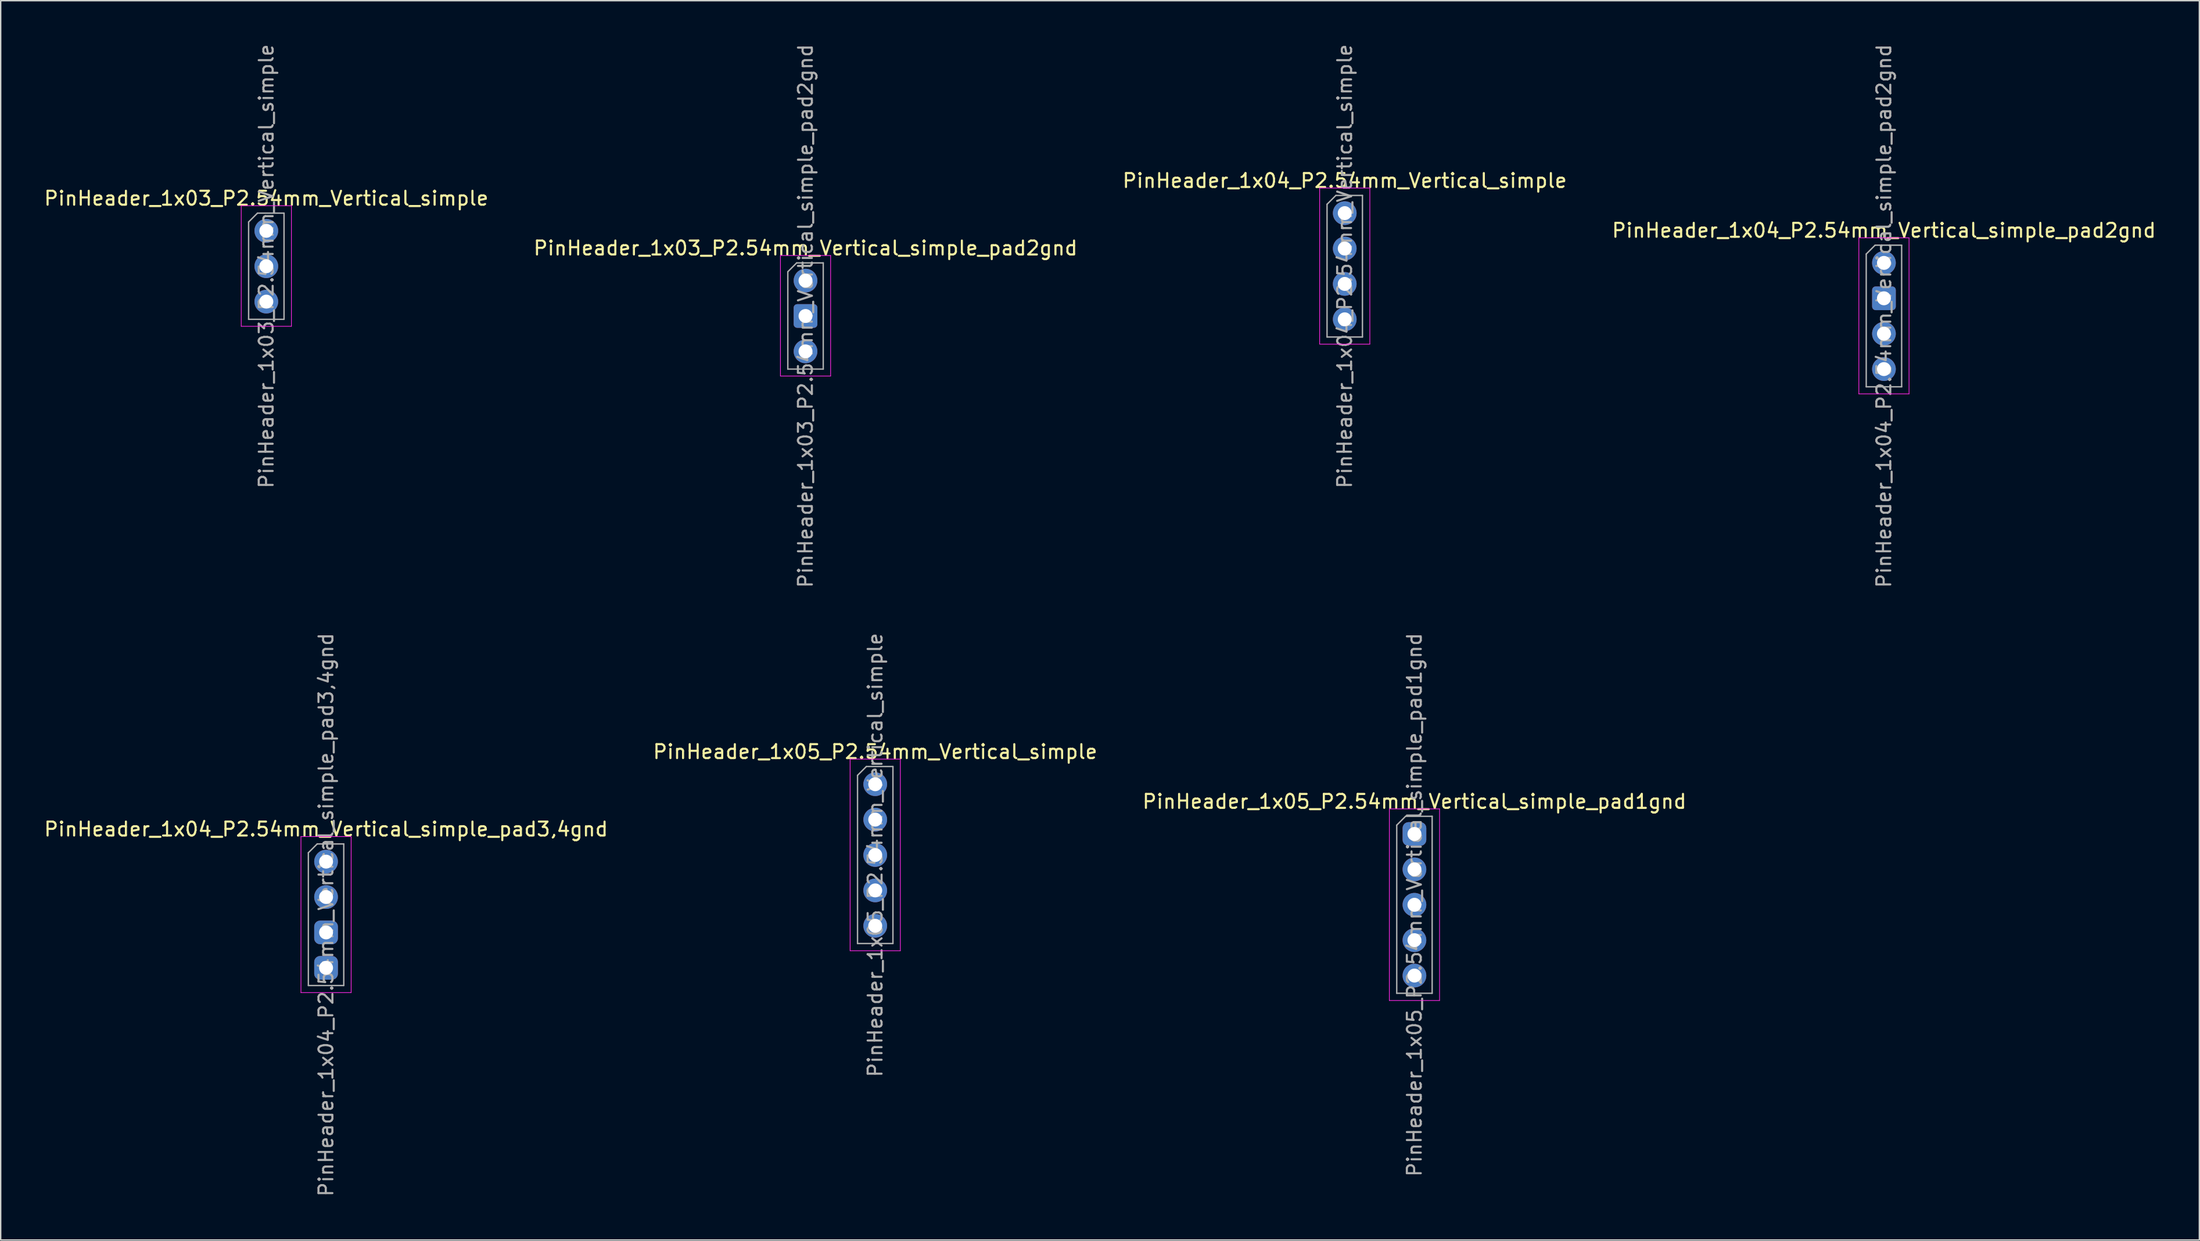
<source format=kicad_pcb>
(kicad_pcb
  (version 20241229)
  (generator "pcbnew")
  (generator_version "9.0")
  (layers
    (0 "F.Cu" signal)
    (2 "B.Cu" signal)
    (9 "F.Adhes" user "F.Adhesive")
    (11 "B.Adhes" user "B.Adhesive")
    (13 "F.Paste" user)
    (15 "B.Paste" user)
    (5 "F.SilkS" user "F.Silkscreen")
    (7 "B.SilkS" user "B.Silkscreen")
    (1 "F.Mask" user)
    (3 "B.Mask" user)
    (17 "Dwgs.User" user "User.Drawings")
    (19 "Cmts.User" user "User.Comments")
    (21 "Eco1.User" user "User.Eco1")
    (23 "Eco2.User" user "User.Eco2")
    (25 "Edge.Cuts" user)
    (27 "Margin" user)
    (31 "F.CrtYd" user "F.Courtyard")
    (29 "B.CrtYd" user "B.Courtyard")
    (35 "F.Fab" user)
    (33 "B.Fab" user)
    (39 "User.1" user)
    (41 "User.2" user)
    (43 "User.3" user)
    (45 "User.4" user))
  (footprint "PinHeader_1x04_P2.54mm_Vertical_simple_pad3,4gnd"
    (layer "F.Cu")
    (at 20.339 58.779)
    (property "Reference" "PinHeader_1x04_P2.54mm_Vertical_simple_pad3,4gnd" (at 0 -2.33 0) (layer "F.SilkS") (effects (font (size 1 1) (thickness 0.15))))
    (attr through_hole)
    (fp_line (start -1.8 -1.8) (end -1.8 9.4) (stroke (width 0.05) (type solid)) (layer "F.CrtYd"))
    (fp_line (start -1.8 9.4) (end 1.8 9.4) (stroke (width 0.05) (type solid)) (layer "F.CrtYd"))
    (fp_line (start 1.8 -1.8) (end -1.8 -1.8) (stroke (width 0.05) (type solid)) (layer "F.CrtYd"))
    (fp_line (start 1.8 9.4) (end 1.8 -1.8) (stroke (width 0.05) (type solid)) (layer "F.CrtYd"))
    (fp_line (start -1.27 -0.635) (end -0.635 -1.27) (stroke (width 0.1) (type solid)) (layer "F.Fab"))
    (fp_line (start -1.27 8.89) (end -1.27 -0.635) (stroke (width 0.1) (type solid)) (layer "F.Fab"))
    (fp_line (start -0.635 -1.27) (end 1.27 -1.27) (stroke (width 0.1) (type solid)) (layer "F.Fab"))
    (fp_line (start 1.27 -1.27) (end 1.27 8.89) (stroke (width 0.1) (type solid)) (layer "F.Fab"))
    (fp_line (start 1.27 8.89) (end -1.27 8.89) (stroke (width 0.1) (type solid)) (layer "F.Fab"))
    (fp_text user "${REFERENCE}" (at 0 3.81 90) (layer "F.Fab") (effects (font (size 1 1) (thickness 0.15))))
    (pad "1" thru_hole oval (at 0 0) (size 1.7 1.7) (drill 1) (layers "*.Cu" "*.Mask"))
    (pad "2" thru_hole oval (at 0 2.54) (size 1.7 1.7) (drill 1) (layers "*.Cu" "*.Mask"))
    (pad "3" thru_hole roundrect (at 0 5.08) (size 1.7 1.7) (drill 1) (layers "*.Cu" "*.Mask") (roundrect_rratio 0.25))
    (pad "4" thru_hole roundrect (at 0 7.62) (size 1.7 1.7) (drill 1) (layers "*.Cu" "*.Mask") (roundrect_rratio 0.25)))
  (footprint "PinHeader_1x03_P2.54mm_Vertical_simple"
    (layer "F.Cu")
    (at 16.054 13.514)
    (property "Reference" "PinHeader_1x03_P2.54mm_Vertical_simple" (at 0 -2.33 0) (layer "F.SilkS") (effects (font (size 1 1) (thickness 0.15))))
    (attr through_hole)
    (fp_line (start -1.8 -1.8) (end -1.8 6.85) (stroke (width 0.05) (type solid)) (layer "F.CrtYd"))
    (fp_line (start -1.8 6.85) (end 1.8 6.85) (stroke (width 0.05) (type solid)) (layer "F.CrtYd"))
    (fp_line (start 1.8 -1.8) (end -1.8 -1.8) (stroke (width 0.05) (type solid)) (layer "F.CrtYd"))
    (fp_line (start 1.8 6.85) (end 1.8 -1.8) (stroke (width 0.05) (type solid)) (layer "F.CrtYd"))
    (fp_line (start -1.27 -0.635) (end -0.635 -1.27) (stroke (width 0.1) (type solid)) (layer "F.Fab"))
    (fp_line (start -1.27 6.35) (end -1.27 -0.635) (stroke (width 0.1) (type solid)) (layer "F.Fab"))
    (fp_line (start -0.635 -1.27) (end 1.27 -1.27) (stroke (width 0.1) (type solid)) (layer "F.Fab"))
    (fp_line (start 1.27 -1.27) (end 1.27 6.35) (stroke (width 0.1) (type solid)) (layer "F.Fab"))
    (fp_line (start 1.27 6.35) (end -1.27 6.35) (stroke (width 0.1) (type solid)) (layer "F.Fab"))
    (fp_text user "${REFERENCE}" (at 0 2.54 90) (layer "F.Fab") (effects (font (size 1 1) (thickness 0.15))))
    (pad "1" thru_hole circle (at 0 0) (size 1.7 1.7) (drill 1) (layers "*.Cu" "*.Mask"))
    (pad "2" thru_hole oval (at 0 2.54) (size 1.7 1.7) (drill 1) (layers "*.Cu" "*.Mask"))
    (pad "3" thru_hole oval (at 0 5.08) (size 1.7 1.7) (drill 1) (layers "*.Cu" "*.Mask")))
  (footprint "PinHeader_1x04_P2.54mm_Vertical_simple"
    (layer "F.Cu")
    (at 93.411 12.244)
    (property "Reference" "PinHeader_1x04_P2.54mm_Vertical_simple" (at 0 -2.33 0) (layer "F.SilkS") (effects (font (size 1 1) (thickness 0.15))))
    (attr through_hole)
    (fp_line (start -1.8 -1.8) (end -1.8 9.4) (stroke (width 0.05) (type solid)) (layer "F.CrtYd"))
    (fp_line (start -1.8 9.4) (end 1.8 9.4) (stroke (width 0.05) (type solid)) (layer "F.CrtYd"))
    (fp_line (start 1.8 -1.8) (end -1.8 -1.8) (stroke (width 0.05) (type solid)) (layer "F.CrtYd"))
    (fp_line (start 1.8 9.4) (end 1.8 -1.8) (stroke (width 0.05) (type solid)) (layer "F.CrtYd"))
    (fp_line (start -1.27 -0.635) (end -0.635 -1.27) (stroke (width 0.1) (type solid)) (layer "F.Fab"))
    (fp_line (start -1.27 8.89) (end -1.27 -0.635) (stroke (width 0.1) (type solid)) (layer "F.Fab"))
    (fp_line (start -0.635 -1.27) (end 1.27 -1.27) (stroke (width 0.1) (type solid)) (layer "F.Fab"))
    (fp_line (start 1.27 -1.27) (end 1.27 8.89) (stroke (width 0.1) (type solid)) (layer "F.Fab"))
    (fp_line (start 1.27 8.89) (end -1.27 8.89) (stroke (width 0.1) (type solid)) (layer "F.Fab"))
    (fp_text user "${REFERENCE}" (at 0 3.81 90) (layer "F.Fab") (effects (font (size 1 1) (thickness 0.15))))
    (pad "1" thru_hole oval (at 0 0) (size 1.7 1.7) (drill 1) (layers "*.Cu" "*.Mask"))
    (pad "2" thru_hole oval (at 0 2.54) (size 1.7 1.7) (drill 1) (layers "*.Cu" "*.Mask"))
    (pad "3" thru_hole oval (at 0 5.08) (size 1.7 1.7) (drill 1) (layers "*.Cu" "*.Mask"))
    (pad "4" thru_hole oval (at 0 7.62) (size 1.7 1.7) (drill 1) (layers "*.Cu" "*.Mask")))
  (footprint "PinHeader_1x04_P2.54mm_Vertical_simple_pad2gnd"
    (layer "F.Cu")
    (at 132.089 15.815)
    (property "Reference" "PinHeader_1x04_P2.54mm_Vertical_simple_pad2gnd" (at 0 -2.33 0) (layer "F.SilkS") (effects (font (size 1 1) (thickness 0.15))))
    (attr through_hole)
    (fp_line (start -1.8 -1.8) (end -1.8 9.4) (stroke (width 0.05) (type solid)) (layer "F.CrtYd"))
    (fp_line (start -1.8 9.4) (end 1.8 9.4) (stroke (width 0.05) (type solid)) (layer "F.CrtYd"))
    (fp_line (start 1.8 -1.8) (end -1.8 -1.8) (stroke (width 0.05) (type solid)) (layer "F.CrtYd"))
    (fp_line (start 1.8 9.4) (end 1.8 -1.8) (stroke (width 0.05) (type solid)) (layer "F.CrtYd"))
    (fp_line (start -1.27 -0.635) (end -0.635 -1.27) (stroke (width 0.1) (type solid)) (layer "F.Fab"))
    (fp_line (start -1.27 8.89) (end -1.27 -0.635) (stroke (width 0.1) (type solid)) (layer "F.Fab"))
    (fp_line (start -0.635 -1.27) (end 1.27 -1.27) (stroke (width 0.1) (type solid)) (layer "F.Fab"))
    (fp_line (start 1.27 -1.27) (end 1.27 8.89) (stroke (width 0.1) (type solid)) (layer "F.Fab"))
    (fp_line (start 1.27 8.89) (end -1.27 8.89) (stroke (width 0.1) (type solid)) (layer "F.Fab"))
    (fp_text user "${REFERENCE}" (at 0 3.81 90) (layer "F.Fab") (effects (font (size 1 1) (thickness 0.15))))
    (pad "1" thru_hole oval (at 0 0) (size 1.7 1.7) (drill 1) (layers "*.Cu" "*.Mask"))
    (pad "2" thru_hole roundrect (at 0 2.54) (size 1.7 1.7) (drill 1) (layers "*.Cu" "*.Mask") (roundrect_rratio 0.147))
    (pad "3" thru_hole oval (at 0 5.08) (size 1.7 1.7) (drill 1) (layers "*.Cu" "*.Mask"))
    (pad "4" thru_hole oval (at 0 7.62) (size 1.7 1.7) (drill 1) (layers "*.Cu" "*.Mask")))
  (footprint "PinHeader_1x05_P2.54mm_Vertical_simple_pad1gnd"
    (layer "F.Cu")
    (at 98.411 56.795)
    (property "Reference" "PinHeader_1x05_P2.54mm_Vertical_simple_pad1gnd" (at 0 -2.33 0) (layer "F.SilkS") (effects (font (size 1 1) (thickness 0.15))))
    (attr through_hole)
    (fp_line (start -1.8 -1.8) (end -1.8 11.95) (stroke (width 0.05) (type solid)) (layer "F.CrtYd"))
    (fp_line (start -1.8 11.95) (end 1.8 11.95) (stroke (width 0.05) (type solid)) (layer "F.CrtYd"))
    (fp_line (start 1.8 -1.8) (end -1.8 -1.8) (stroke (width 0.05) (type solid)) (layer "F.CrtYd"))
    (fp_line (start 1.8 11.95) (end 1.8 -1.8) (stroke (width 0.05) (type solid)) (layer "F.CrtYd"))
    (fp_line (start -1.27 -0.635) (end -0.635 -1.27) (stroke (width 0.1) (type solid)) (layer "F.Fab"))
    (fp_line (start -1.27 11.43) (end -1.27 -0.635) (stroke (width 0.1) (type solid)) (layer "F.Fab"))
    (fp_line (start -0.635 -1.27) (end 1.27 -1.27) (stroke (width 0.1) (type solid)) (layer "F.Fab"))
    (fp_line (start 1.27 -1.27) (end 1.27 11.43) (stroke (width 0.1) (type solid)) (layer "F.Fab"))
    (fp_line (start 1.27 11.43) (end -1.27 11.43) (stroke (width 0.1) (type solid)) (layer "F.Fab"))
    (fp_text user "${REFERENCE}" (at 0 5.08 90) (layer "F.Fab") (effects (font (size 1 1) (thickness 0.15))))
    (pad "1" thru_hole roundrect (at 0 0) (size 1.7 1.7) (drill 1) (layers "*.Cu" "*.Mask") (roundrect_rratio 0.25))
    (pad "2" thru_hole oval (at 0 2.54) (size 1.7 1.7) (drill 1) (layers "*.Cu" "*.Mask"))
    (pad "3" thru_hole oval (at 0 5.08) (size 1.7 1.7) (drill 1) (layers "*.Cu" "*.Mask"))
    (pad "4" thru_hole oval (at 0 7.62) (size 1.7 1.7) (drill 1) (layers "*.Cu" "*.Mask"))
    (pad "5" thru_hole oval (at 0 10.16) (size 1.7 1.7) (drill 1) (layers "*.Cu" "*.Mask")))
  (footprint "PinHeader_1x03_P2.54mm_Vertical_simple_pad2gnd"
    (layer "F.Cu")
    (at 54.732 17.085)
    (property "Reference" "PinHeader_1x03_P2.54mm_Vertical_simple_pad2gnd" (at 0 -2.33 0) (layer "F.SilkS") (effects (font (size 1 1) (thickness 0.15))))
    (attr through_hole)
    (fp_line (start -1.8 -1.8) (end -1.8 6.85) (stroke (width 0.05) (type solid)) (layer "F.CrtYd"))
    (fp_line (start -1.8 6.85) (end 1.8 6.85) (stroke (width 0.05) (type solid)) (layer "F.CrtYd"))
    (fp_line (start 1.8 -1.8) (end -1.8 -1.8) (stroke (width 0.05) (type solid)) (layer "F.CrtYd"))
    (fp_line (start 1.8 6.85) (end 1.8 -1.8) (stroke (width 0.05) (type solid)) (layer "F.CrtYd"))
    (fp_line (start -1.27 -0.635) (end -0.635 -1.27) (stroke (width 0.1) (type solid)) (layer "F.Fab"))
    (fp_line (start -1.27 6.35) (end -1.27 -0.635) (stroke (width 0.1) (type solid)) (layer "F.Fab"))
    (fp_line (start -0.635 -1.27) (end 1.27 -1.27) (stroke (width 0.1) (type solid)) (layer "F.Fab"))
    (fp_line (start 1.27 -1.27) (end 1.27 6.35) (stroke (width 0.1) (type solid)) (layer "F.Fab"))
    (fp_line (start 1.27 6.35) (end -1.27 6.35) (stroke (width 0.1) (type solid)) (layer "F.Fab"))
    (fp_text user "${REFERENCE}" (at 0 2.54 90) (layer "F.Fab") (effects (font (size 1 1) (thickness 0.15))))
    (pad "1" thru_hole circle (at 0 0) (size 1.7 1.7) (drill 1) (layers "*.Cu" "*.Mask"))
    (pad "2" thru_hole roundrect (at 0 2.54) (size 1.7 1.7) (drill 1) (layers "*.Cu" "*.Mask") (roundrect_rratio 0.147))
    (pad "3" thru_hole oval (at 0 5.08) (size 1.7 1.7) (drill 1) (layers "*.Cu" "*.Mask")))
  (footprint "PinHeader_1x05_P2.54mm_Vertical_simple"
    (layer "F.Cu")
    (at 59.732 53.224)
    (property "Reference" "PinHeader_1x05_P2.54mm_Vertical_simple" (at 0 -2.33 0) (layer "F.SilkS") (effects (font (size 1 1) (thickness 0.15))))
    (attr through_hole)
    (fp_line (start -1.8 -1.8) (end -1.8 11.95) (stroke (width 0.05) (type solid)) (layer "F.CrtYd"))
    (fp_line (start -1.8 11.95) (end 1.8 11.95) (stroke (width 0.05) (type solid)) (layer "F.CrtYd"))
    (fp_line (start 1.8 -1.8) (end -1.8 -1.8) (stroke (width 0.05) (type solid)) (layer "F.CrtYd"))
    (fp_line (start 1.8 11.95) (end 1.8 -1.8) (stroke (width 0.05) (type solid)) (layer "F.CrtYd"))
    (fp_line (start -1.27 -0.635) (end -0.635 -1.27) (stroke (width 0.1) (type solid)) (layer "F.Fab"))
    (fp_line (start -1.27 11.43) (end -1.27 -0.635) (stroke (width 0.1) (type solid)) (layer "F.Fab"))
    (fp_line (start -0.635 -1.27) (end 1.27 -1.27) (stroke (width 0.1) (type solid)) (layer "F.Fab"))
    (fp_line (start 1.27 -1.27) (end 1.27 11.43) (stroke (width 0.1) (type solid)) (layer "F.Fab"))
    (fp_line (start 1.27 11.43) (end -1.27 11.43) (stroke (width 0.1) (type solid)) (layer "F.Fab"))
    (fp_text user "${REFERENCE}" (at 0 5.08 90) (layer "F.Fab") (effects (font (size 1 1) (thickness 0.15))))
    (pad "1" thru_hole oval (at 0 0) (size 1.7 1.7) (drill 1) (layers "*.Cu" "*.Mask"))
    (pad "2" thru_hole oval (at 0 2.54) (size 1.7 1.7) (drill 1) (layers "*.Cu" "*.Mask"))
    (pad "3" thru_hole oval (at 0 5.08) (size 1.7 1.7) (drill 1) (layers "*.Cu" "*.Mask"))
    (pad "4" thru_hole oval (at 0 7.62) (size 1.7 1.7) (drill 1) (layers "*.Cu" "*.Mask"))
    (pad "5" thru_hole oval (at 0 10.16) (size 1.7 1.7) (drill 1) (layers "*.Cu" "*.Mask")))
  (gr_rect
    (start -3 -3)
    (end 154.714 85.929)
    (stroke (width 0.1) (type default))
    (fill no)
    (layer "Edge.Cuts")))
</source>
